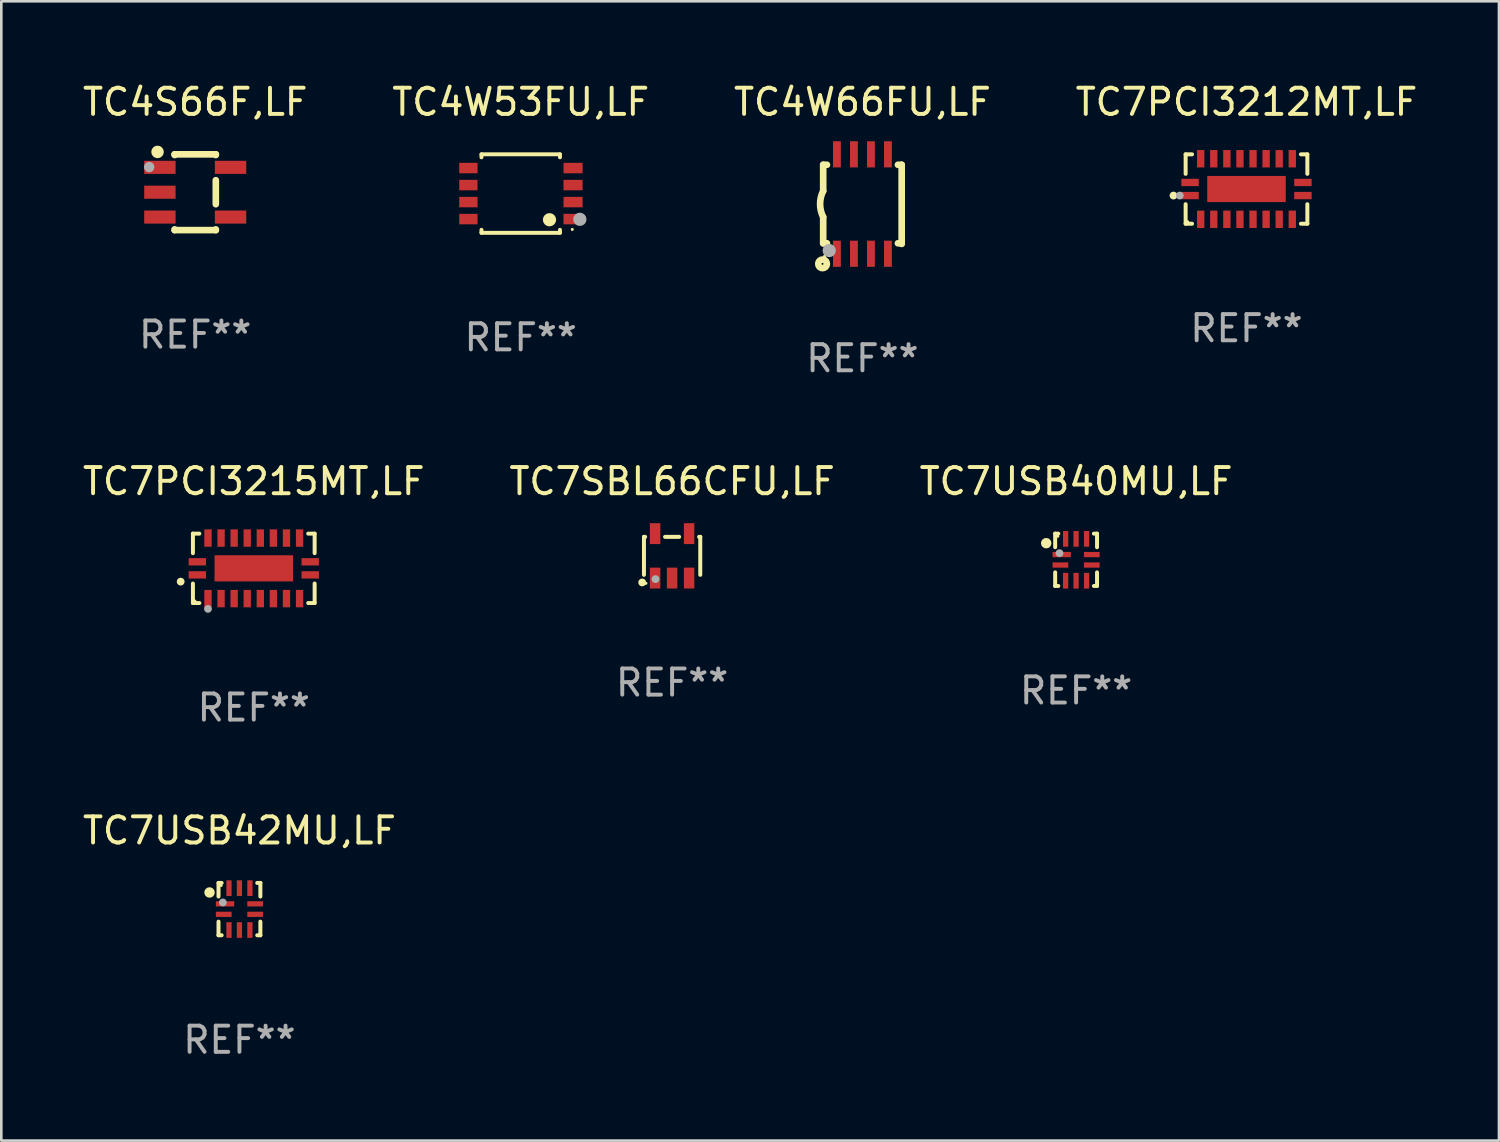
<source format=kicad_pcb>
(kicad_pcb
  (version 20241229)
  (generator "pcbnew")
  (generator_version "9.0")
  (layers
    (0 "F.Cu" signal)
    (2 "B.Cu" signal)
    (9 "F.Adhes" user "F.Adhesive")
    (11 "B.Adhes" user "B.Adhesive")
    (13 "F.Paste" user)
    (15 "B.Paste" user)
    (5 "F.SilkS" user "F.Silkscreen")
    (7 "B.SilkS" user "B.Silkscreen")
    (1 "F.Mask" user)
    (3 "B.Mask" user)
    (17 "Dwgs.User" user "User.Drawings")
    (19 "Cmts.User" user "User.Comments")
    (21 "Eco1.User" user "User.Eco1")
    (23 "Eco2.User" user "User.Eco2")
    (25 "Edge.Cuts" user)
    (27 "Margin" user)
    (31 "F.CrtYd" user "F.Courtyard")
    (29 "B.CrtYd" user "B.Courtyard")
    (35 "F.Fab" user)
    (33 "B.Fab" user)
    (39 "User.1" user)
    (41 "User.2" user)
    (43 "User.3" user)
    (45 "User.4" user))
  (footprint "TC7USB40MU,LF"
    (layer "F.Cu")
    (at 38.077 18.345)
    (property "Reference" "TC7USB40MU,LF" (at 0 -3 0) (layer "F.SilkS") (effects (font (size 1 1) (thickness 0.15))))
    (attr through_hole)
    (fp_line (start -0.8 -1) (end -0.68 -1) (stroke (width 0.152) (type solid)) (layer "F.SilkS"))
    (fp_line (start -0.8 -0.48) (end -0.8 -1) (stroke (width 0.152) (type solid)) (layer "F.SilkS"))
    (fp_line (start -0.8 1) (end -0.8 0.48) (stroke (width 0.152) (type solid)) (layer "F.SilkS"))
    (fp_line (start -0.68 1) (end -0.8 1) (stroke (width 0.152) (type solid)) (layer "F.SilkS"))
    (fp_line (start 0.68 -1) (end 0.8 -1) (stroke (width 0.152) (type solid)) (layer "F.SilkS"))
    (fp_line (start 0.8 -1) (end 0.8 -0.48) (stroke (width 0.152) (type solid)) (layer "F.SilkS"))
    (fp_line (start 0.8 0.48) (end 0.8 1) (stroke (width 0.152) (type solid)) (layer "F.SilkS"))
    (fp_line (start 0.8 1) (end 0.68 1) (stroke (width 0.152) (type solid)) (layer "F.SilkS"))
    (fp_circle (center -1.143 -0.635) (end -1.043 -0.635) (stroke (width 0.2) (type solid)) (fill no) (layer "F.SilkS"))
    (fp_circle (center -0.7 -0.9) (end -0.67 -0.9) (stroke (width 0.06) (type solid)) (fill no) (layer "F.SilkS"))
    (fp_circle (center -0.635 -0.254) (end -0.56 -0.254) (stroke (width 0.15) (type solid)) (fill no) (layer "F.Fab"))
    (fp_text user "REF**" (at 0 5 0) (layer "F.Fab") (effects (font (size 1 1) (thickness 0.15))))
    (pad "1" smd rect (at -0.55 -0.2) (size 0.7 0.2) (layers "F.Cu" "F.Mask" "F.Paste"))
    (pad "2" smd rect (at -0.6 0.2) (size 0.6 0.2) (layers "F.Cu" "F.Mask" "F.Paste"))
    (pad "3" smd rect (at -0.4 0.8) (size 0.2 0.6) (layers "F.Cu" "F.Mask" "F.Paste"))
    (pad "4" smd rect (at 0 0.8) (size 0.2 0.6) (layers "F.Cu" "F.Mask" "F.Paste"))
    (pad "5" smd rect (at 0.4 0.8) (size 0.2 0.6) (layers "F.Cu" "F.Mask" "F.Paste"))
    (pad "6" smd rect (at 0.6 0.2) (size 0.6 0.2) (layers "F.Cu" "F.Mask" "F.Paste"))
    (pad "7" smd rect (at 0.6 -0.2) (size 0.6 0.2) (layers "F.Cu" "F.Mask" "F.Paste"))
    (pad "8" smd rect (at 0.4 -0.8) (size 0.2 0.6) (layers "F.Cu" "F.Mask" "F.Paste"))
    (pad "9" smd rect (at 0 -0.8) (size 0.2 0.6) (layers "F.Cu" "F.Mask" "F.Paste"))
    (pad "10" smd rect (at -0.4 -0.8) (size 0.2 0.6) (layers "F.Cu" "F.Mask" "F.Paste")))
  (footprint "TC7SBL66CFU,LF"
    (layer "F.Cu")
    (at 22.637 18.194)
    (property "Reference" "TC7SBL66CFU,LF" (at 0 -2.849 0) (layer "F.SilkS") (effects (font (size 1 1) (thickness 0.15))))
    (attr through_hole)
    (fp_line (start -1.076 -0.726) (end -1.03 -0.726) (stroke (width 0.152) (type solid)) (layer "F.SilkS"))
    (fp_line (start -1.076 0.726) (end -1.076 -0.726) (stroke (width 0.152) (type solid)) (layer "F.SilkS"))
    (fp_line (start -0.27 -0.726) (end 0.27 -0.726) (stroke (width 0.152) (type solid)) (layer "F.SilkS"))
    (fp_line (start 1.03 -0.726) (end 1.076 -0.726) (stroke (width 0.152) (type solid)) (layer "F.SilkS"))
    (fp_line (start 1.076 0.726) (end 1.076 -0.726) (stroke (width 0.152) (type solid)) (layer "F.SilkS"))
    (fp_circle (center -1.143 1.016) (end -1.068 1.016) (stroke (width 0.15) (type solid)) (fill no) (layer "F.SilkS"))
    (fp_circle (center -1 1.05) (end -0.97 1.05) (stroke (width 0.06) (type solid)) (fill no) (layer "F.SilkS"))
    (fp_circle (center -0.635 0.889) (end -0.56 0.889) (stroke (width 0.15) (type solid)) (fill no) (layer "F.Fab"))
    (fp_text user "REF**" (at 0 4.849 0) (layer "F.Fab") (effects (font (size 1 1) (thickness 0.15))))
    (pad "1" smd rect (at -0.65 0.849) (size 0.4 0.798) (layers "F.Cu" "F.Mask" "F.Paste"))
    (pad "2" smd rect (at 0 0.849) (size 0.4 0.798) (layers "F.Cu" "F.Mask" "F.Paste"))
    (pad "3" smd rect (at 0.65 0.849) (size 0.4 0.798) (layers "F.Cu" "F.Mask" "F.Paste"))
    (pad "4" smd rect (at 0.65 -0.849) (size 0.4 0.798) (layers "F.Cu" "F.Mask" "F.Paste"))
    (pad "5" smd rect (at -0.65 -0.849) (size 0.4 0.798) (layers "F.Cu" "F.Mask" "F.Paste")))
  (footprint "TC7PCI3212MT,LF"
    (layer "F.Cu")
    (at 44.589 4.174)
    (property "Reference" "TC7PCI3212MT,LF" (at 0 -3.326 0) (layer "F.SilkS") (effects (font (size 1 1) (thickness 0.15))))
    (attr through_hole)
    (fp_line (start -2.326 -1.326) (end -2.08 -1.326) (stroke (width 0.152) (type solid)) (layer "F.SilkS"))
    (fp_line (start -2.326 -0.58) (end -2.326 -1.326) (stroke (width 0.152) (type solid)) (layer "F.SilkS"))
    (fp_line (start -2.326 0.58) (end -2.326 1.326) (stroke (width 0.152) (type solid)) (layer "F.SilkS"))
    (fp_line (start -2.326 1.326) (end -2.08 1.326) (stroke (width 0.152) (type solid)) (layer "F.SilkS"))
    (fp_line (start 2.326 -1.326) (end 2.08 -1.326) (stroke (width 0.152) (type solid)) (layer "F.SilkS"))
    (fp_line (start 2.326 -0.58) (end 2.326 -1.326) (stroke (width 0.152) (type solid)) (layer "F.SilkS"))
    (fp_line (start 2.326 0.58) (end 2.326 1.326) (stroke (width 0.152) (type solid)) (layer "F.SilkS"))
    (fp_line (start 2.326 1.326) (end 2.08 1.326) (stroke (width 0.152) (type solid)) (layer "F.SilkS"))
    (fp_circle (center -2.79 0.25) (end -2.715 0.25) (stroke (width 0.15) (type solid)) (fill no) (layer "F.SilkS"))
    (fp_circle (center -2.25 1.25) (end -2.22 1.25) (stroke (width 0.06) (type solid)) (fill no) (layer "F.SilkS"))
    (fp_circle (center -2.55 0.25) (end -2.475 0.25) (stroke (width 0.15) (type solid)) (fill no) (layer "F.Fab"))
    (fp_text user "REF**" (at 0 5.326 0) (layer "F.Fab") (effects (font (size 1 1) (thickness 0.15))))
    (pad "1" smd rect (at -2.157 0.25) (size 0.665 0.28) (layers "F.Cu" "F.Mask" "F.Paste"))
    (pad "2" smd rect (at -1.75 1.157) (size 0.28 0.665) (layers "F.Cu" "F.Mask" "F.Paste"))
    (pad "3" smd rect (at -1.25 1.157) (size 0.28 0.665) (layers "F.Cu" "F.Mask" "F.Paste"))
    (pad "4" smd rect (at -0.75 1.157) (size 0.28 0.665) (layers "F.Cu" "F.Mask" "F.Paste"))
    (pad "5" smd rect (at -0.25 1.157) (size 0.28 0.665) (layers "F.Cu" "F.Mask" "F.Paste"))
    (pad "6" smd rect (at 0.25 1.157) (size 0.28 0.665) (layers "F.Cu" "F.Mask" "F.Paste"))
    (pad "7" smd rect (at 0.75 1.157) (size 0.28 0.665) (layers "F.Cu" "F.Mask" "F.Paste"))
    (pad "8" smd rect (at 1.25 1.157) (size 0.28 0.665) (layers "F.Cu" "F.Mask" "F.Paste"))
    (pad "9" smd rect (at 1.75 1.157) (size 0.28 0.665) (layers "F.Cu" "F.Mask" "F.Paste"))
    (pad "10" smd rect (at 2.157 0.25) (size 0.665 0.28) (layers "F.Cu" "F.Mask" "F.Paste"))
    (pad "11" smd rect (at 2.157 -0.25) (size 0.665 0.28) (layers "F.Cu" "F.Mask" "F.Paste"))
    (pad "12" smd rect (at 1.75 -1.157) (size 0.28 0.665) (layers "F.Cu" "F.Mask" "F.Paste"))
    (pad "13" smd rect (at 1.25 -1.157) (size 0.28 0.665) (layers "F.Cu" "F.Mask" "F.Paste"))
    (pad "14" smd rect (at 0.75 -1.157) (size 0.28 0.665) (layers "F.Cu" "F.Mask" "F.Paste"))
    (pad "15" smd rect (at 0.25 -1.157) (size 0.28 0.665) (layers "F.Cu" "F.Mask" "F.Paste"))
    (pad "16" smd rect (at -0.25 -1.157) (size 0.28 0.665) (layers "F.Cu" "F.Mask" "F.Paste"))
    (pad "17" smd rect (at -0.75 -1.157) (size 0.28 0.665) (layers "F.Cu" "F.Mask" "F.Paste"))
    (pad "18" smd rect (at -1.25 -1.157) (size 0.28 0.665) (layers "F.Cu" "F.Mask" "F.Paste"))
    (pad "19" smd rect (at -1.75 -1.157) (size 0.28 0.665) (layers "F.Cu" "F.Mask" "F.Paste"))
    (pad "20" smd rect (at -2.157 -0.25) (size 0.665 0.28) (layers "F.Cu" "F.Mask" "F.Paste"))
    (pad "21" smd rect (at 0 0) (size 3 1) (layers "F.Cu" "F.Mask" "F.Paste")))
  (footprint "TC7USB42MU,LF"
    (layer "F.Cu")
    (at 6.101 31.694)
    (property "Reference" "TC7USB42MU,LF" (at 0 -3 0) (layer "F.SilkS") (effects (font (size 1 1) (thickness 0.15))))
    (attr through_hole)
    (fp_line (start -0.8 -1) (end -0.68 -1) (stroke (width 0.152) (type solid)) (layer "F.SilkS"))
    (fp_line (start -0.8 -0.48) (end -0.8 -1) (stroke (width 0.152) (type solid)) (layer "F.SilkS"))
    (fp_line (start -0.8 1) (end -0.8 0.48) (stroke (width 0.152) (type solid)) (layer "F.SilkS"))
    (fp_line (start -0.68 1) (end -0.8 1) (stroke (width 0.152) (type solid)) (layer "F.SilkS"))
    (fp_line (start 0.68 -1) (end 0.8 -1) (stroke (width 0.152) (type solid)) (layer "F.SilkS"))
    (fp_line (start 0.8 -1) (end 0.8 -0.48) (stroke (width 0.152) (type solid)) (layer "F.SilkS"))
    (fp_line (start 0.8 0.48) (end 0.8 1) (stroke (width 0.152) (type solid)) (layer "F.SilkS"))
    (fp_line (start 0.8 1) (end 0.68 1) (stroke (width 0.152) (type solid)) (layer "F.SilkS"))
    (fp_circle (center -1.143 -0.635) (end -1.043 -0.635) (stroke (width 0.2) (type solid)) (fill no) (layer "F.SilkS"))
    (fp_circle (center -0.7 -0.9) (end -0.67 -0.9) (stroke (width 0.06) (type solid)) (fill no) (layer "F.SilkS"))
    (fp_circle (center -0.635 -0.254) (end -0.56 -0.254) (stroke (width 0.15) (type solid)) (fill no) (layer "F.Fab"))
    (fp_text user "REF**" (at 0 5 0) (layer "F.Fab") (effects (font (size 1 1) (thickness 0.15))))
    (pad "1" smd rect (at -0.55 -0.2) (size 0.7 0.2) (layers "F.Cu" "F.Mask" "F.Paste"))
    (pad "2" smd rect (at -0.6 0.2) (size 0.6 0.2) (layers "F.Cu" "F.Mask" "F.Paste"))
    (pad "3" smd rect (at -0.4 0.8) (size 0.2 0.6) (layers "F.Cu" "F.Mask" "F.Paste"))
    (pad "4" smd rect (at 0 0.8) (size 0.2 0.6) (layers "F.Cu" "F.Mask" "F.Paste"))
    (pad "5" smd rect (at 0.4 0.8) (size 0.2 0.6) (layers "F.Cu" "F.Mask" "F.Paste"))
    (pad "6" smd rect (at 0.6 0.2) (size 0.6 0.2) (layers "F.Cu" "F.Mask" "F.Paste"))
    (pad "7" smd rect (at 0.6 -0.2) (size 0.6 0.2) (layers "F.Cu" "F.Mask" "F.Paste"))
    (pad "8" smd rect (at 0.4 -0.8) (size 0.2 0.6) (layers "F.Cu" "F.Mask" "F.Paste"))
    (pad "9" smd rect (at 0 -0.8) (size 0.2 0.6) (layers "F.Cu" "F.Mask" "F.Paste"))
    (pad "10" smd rect (at -0.4 -0.8) (size 0.2 0.6) (layers "F.Cu" "F.Mask" "F.Paste")))
  (footprint "TC4W66FU,LF"
    (layer "F.Cu")
    (at 29.911 4.748)
    (property "Reference" "TC4W66FU,LF" (at 0 -3.9 0) (layer "F.SilkS") (effects (font (size 1 1) (thickness 0.15))))
    (attr through_hole)
    (fp_line (start -1.5 -1.5) (end -1.5 -0.5) (stroke (width 0.254) (type solid)) (layer "F.SilkS"))
    (fp_line (start -1.5 -1.5) (end -1.356 -1.5) (stroke (width 0.254) (type solid)) (layer "F.SilkS"))
    (fp_line (start -1.5 1.5) (end -1.5 0.5) (stroke (width 0.254) (type solid)) (layer "F.SilkS"))
    (fp_line (start -1.5 1.5) (end -1.356 1.5) (stroke (width 0.254) (type solid)) (layer "F.SilkS"))
    (fp_line (start 1.356 -1.5) (end 1.5 -1.5) (stroke (width 0.254) (type solid)) (layer "F.SilkS"))
    (fp_line (start 1.356 1.5) (end 1.5 1.5) (stroke (width 0.254) (type solid)) (layer "F.SilkS"))
    (fp_line (start 1.5 -1.5) (end 1.5 1.524) (stroke (width 0.254) (type solid)) (layer "F.SilkS"))
    (fp_arc (start -1.500203 0.499111) (mid -1.618067 -0.000494) (end -1.5 -0.500051) (stroke (width 0.254001) (type solid)) (layer "F.SilkS"))
    (fp_circle (center -1.524 2.286) (end -1.488 2.286) (stroke (width 0.254) (type solid)) (fill no) (layer "F.SilkS"))
    (fp_circle (center -1.45 2) (end -1.42 2) (stroke (width 0.06) (type solid)) (fill no) (layer "F.SilkS"))
    (fp_circle (center -1.27 1.778) (end -1.143 1.778) (stroke (width 0.254) (type solid)) (fill no) (layer "F.Fab"))
    (fp_text user "REF**" (at 0 5.9 0) (layer "F.Fab") (effects (font (size 1 1) (thickness 0.15))))
    (pad "1" smd rect (at -0.975 1.9) (size 0.3 1) (layers "F.Cu" "F.Mask" "F.Paste"))
    (pad "2" smd rect (at -0.325 1.9) (size 0.3 1) (layers "F.Cu" "F.Mask" "F.Paste"))
    (pad "3" smd rect (at 0.325 1.9) (size 0.3 1) (layers "F.Cu" "F.Mask" "F.Paste"))
    (pad "4" smd rect (at 0.975 1.9) (size 0.3 1) (layers "F.Cu" "F.Mask" "F.Paste"))
    (pad "5" smd rect (at 0.975 -1.9) (size 0.3 1) (layers "F.Cu" "F.Mask" "F.Paste"))
    (pad "6" smd rect (at 0.325 -1.9) (size 0.3 1) (layers "F.Cu" "F.Mask" "F.Paste"))
    (pad "7" smd rect (at -0.325 -1.9) (size 0.3 1) (layers "F.Cu" "F.Mask" "F.Paste"))
    (pad "8" smd rect (at -0.975 -1.9) (size 0.3 1) (layers "F.Cu" "F.Mask" "F.Paste")))
  (footprint "TC7PCI3215MT,LF"
    (layer "F.Cu")
    (at 6.649 18.671)
    (property "Reference" "TC7PCI3215MT,LF" (at 0 -3.326 0) (layer "F.SilkS") (effects (font (size 1 1) (thickness 0.15))))
    (attr through_hole)
    (fp_line (start -2.326 -1.326) (end -2.08 -1.326) (stroke (width 0.152) (type solid)) (layer "F.SilkS"))
    (fp_line (start -2.326 -0.58) (end -2.326 -1.326) (stroke (width 0.152) (type solid)) (layer "F.SilkS"))
    (fp_line (start -2.326 0.58) (end -2.326 1.326) (stroke (width 0.152) (type solid)) (layer "F.SilkS"))
    (fp_line (start -2.326 1.326) (end -2.08 1.326) (stroke (width 0.152) (type solid)) (layer "F.SilkS"))
    (fp_line (start 2.326 -1.326) (end 2.08 -1.326) (stroke (width 0.152) (type solid)) (layer "F.SilkS"))
    (fp_line (start 2.326 -0.58) (end 2.326 -1.326) (stroke (width 0.152) (type solid)) (layer "F.SilkS"))
    (fp_line (start 2.326 0.58) (end 2.326 1.326) (stroke (width 0.152) (type solid)) (layer "F.SilkS"))
    (fp_line (start 2.326 1.326) (end 2.08 1.326) (stroke (width 0.152) (type solid)) (layer "F.SilkS"))
    (fp_circle (center -2.794 0.508) (end -2.719 0.508) (stroke (width 0.15) (type solid)) (fill no) (layer "F.SilkS"))
    (fp_circle (center -2.25 1.25) (end -2.22 1.25) (stroke (width 0.06) (type solid)) (fill no) (layer "F.SilkS"))
    (fp_circle (center -1.75 1.55) (end -1.675 1.55) (stroke (width 0.15) (type solid)) (fill no) (layer "F.Fab"))
    (fp_text user "REF**" (at 0 5.326 0) (layer "F.Fab") (effects (font (size 1 1) (thickness 0.15))))
    (pad "1" smd rect (at -2.157 0.25) (size 0.665 0.28) (layers "F.Cu" "F.Mask" "F.Paste"))
    (pad "2" smd rect (at -1.75 1.157) (size 0.28 0.665) (layers "F.Cu" "F.Mask" "F.Paste"))
    (pad "3" smd rect (at -1.25 1.157) (size 0.28 0.665) (layers "F.Cu" "F.Mask" "F.Paste"))
    (pad "4" smd rect (at -0.75 1.157) (size 0.28 0.665) (layers "F.Cu" "F.Mask" "F.Paste"))
    (pad "5" smd rect (at -0.25 1.157) (size 0.28 0.665) (layers "F.Cu" "F.Mask" "F.Paste"))
    (pad "6" smd rect (at 0.25 1.157) (size 0.28 0.665) (layers "F.Cu" "F.Mask" "F.Paste"))
    (pad "7" smd rect (at 0.75 1.157) (size 0.28 0.665) (layers "F.Cu" "F.Mask" "F.Paste"))
    (pad "8" smd rect (at 1.25 1.157) (size 0.28 0.665) (layers "F.Cu" "F.Mask" "F.Paste"))
    (pad "9" smd rect (at 1.75 1.157) (size 0.28 0.665) (layers "F.Cu" "F.Mask" "F.Paste"))
    (pad "10" smd rect (at 2.157 0.25) (size 0.665 0.28) (layers "F.Cu" "F.Mask" "F.Paste"))
    (pad "11" smd rect (at 2.157 -0.25) (size 0.665 0.28) (layers "F.Cu" "F.Mask" "F.Paste"))
    (pad "12" smd rect (at 1.75 -1.157) (size 0.28 0.665) (layers "F.Cu" "F.Mask" "F.Paste"))
    (pad "13" smd rect (at 1.25 -1.157) (size 0.28 0.665) (layers "F.Cu" "F.Mask" "F.Paste"))
    (pad "14" smd rect (at 0.75 -1.157) (size 0.28 0.665) (layers "F.Cu" "F.Mask" "F.Paste"))
    (pad "15" smd rect (at 0.25 -1.157) (size 0.28 0.665) (layers "F.Cu" "F.Mask" "F.Paste"))
    (pad "16" smd rect (at -0.25 -1.157) (size 0.28 0.665) (layers "F.Cu" "F.Mask" "F.Paste"))
    (pad "17" smd rect (at -0.75 -1.157) (size 0.28 0.665) (layers "F.Cu" "F.Mask" "F.Paste"))
    (pad "18" smd rect (at -1.25 -1.157) (size 0.28 0.665) (layers "F.Cu" "F.Mask" "F.Paste"))
    (pad "19" smd rect (at -1.75 -1.157) (size 0.28 0.665) (layers "F.Cu" "F.Mask" "F.Paste"))
    (pad "20" smd rect (at -2.157 -0.25) (size 0.665 0.28) (layers "F.Cu" "F.Mask" "F.Paste"))
    (pad "21" smd rect (at 0 0) (size 3 1) (layers "F.Cu" "F.Mask" "F.Paste")))
  (footprint "TC4W53FU,LF"
    (layer "F.Cu")
    (at 16.851 4.348)
    (property "Reference" "TC4W53FU,LF" (at 0 -3.5 0) (layer "F.SilkS") (effects (font (size 1 1) (thickness 0.15))))
    (attr through_hole)
    (fp_line (start -1.5 -1.5) (end 1.5 -1.5) (stroke (width 0.15) (type solid)) (layer "F.SilkS"))
    (fp_line (start -1.5 -1.385) (end -1.5 -1.5) (stroke (width 0.15) (type solid)) (layer "F.SilkS"))
    (fp_line (start -1.5 1.5) (end -1.5 1.385) (stroke (width 0.15) (type solid)) (layer "F.SilkS"))
    (fp_line (start 1.5 -1.5) (end 1.5 -1.385) (stroke (width 0.15) (type solid)) (layer "F.SilkS"))
    (fp_line (start 1.5 1.385) (end 1.5 1.5) (stroke (width 0.15) (type solid)) (layer "F.SilkS"))
    (fp_line (start 1.5 1.5) (end -1.5 1.5) (stroke (width 0.15) (type solid)) (layer "F.SilkS"))
    (fp_circle (center 1.1 1) (end 1.227 1) (stroke (width 0.254) (type solid)) (fill no) (layer "F.SilkS"))
    (fp_circle (center 1.97 1.37) (end 2 1.37) (stroke (width 0.06) (type solid)) (fill no) (layer "F.SilkS"))
    (fp_circle (center 2.26 0.984) (end 2.387 0.984) (stroke (width 0.254) (type solid)) (fill no) (layer "F.Fab"))
    (fp_text user "REF**" (at 0 5.5 0) (layer "F.Fab") (effects (font (size 1 1) (thickness 0.15))))
    (pad "1" smd rect (at 2 0.975) (size 0.73 0.4) (layers "F.Cu" "F.Mask" "F.Paste"))
    (pad "2" smd rect (at 2 0.325) (size 0.73 0.4) (layers "F.Cu" "F.Mask" "F.Paste"))
    (pad "3" smd rect (at 2 -0.325) (size 0.73 0.4) (layers "F.Cu" "F.Mask" "F.Paste"))
    (pad "4" smd rect (at 2 -0.975) (size 0.73 0.4) (layers "F.Cu" "F.Mask" "F.Paste"))
    (pad "5" smd rect (at -2 -0.975) (size 0.7 0.4) (layers "F.Cu" "F.Mask" "F.Paste"))
    (pad "6" smd rect (at -2 -0.325) (size 0.7 0.4) (layers "F.Cu" "F.Mask" "F.Paste"))
    (pad "7" smd rect (at -2 0.325) (size 0.7 0.4) (layers "F.Cu" "F.Mask" "F.Paste"))
    (pad "8" smd rect (at -2 0.975) (size 0.7 0.4) (layers "F.Cu" "F.Mask" "F.Paste")))
  (footprint "TC4S66F,LF"
    (layer "F.Cu")
    (at 4.411 4.296)
    (property "Reference" "TC4S66F,LF" (at 0 -3.448 0) (layer "F.SilkS") (effects (font (size 1 1) (thickness 0.15))))
    (attr through_hole)
    (fp_line (start -0.787 -1.448) (end -0.787 -1.421) (stroke (width 0.254) (type solid)) (layer "F.SilkS"))
    (fp_line (start -0.787 -1.448) (end 0.787 -1.448) (stroke (width 0.254) (type solid)) (layer "F.SilkS"))
    (fp_line (start -0.787 1.421) (end -0.787 1.448) (stroke (width 0.254) (type solid)) (layer "F.SilkS"))
    (fp_line (start 0.787 -1.448) (end 0.787 -1.421) (stroke (width 0.254) (type solid)) (layer "F.SilkS"))
    (fp_line (start 0.787 -0.459) (end 0.787 0.459) (stroke (width 0.254) (type solid)) (layer "F.SilkS"))
    (fp_line (start 0.787 1.421) (end 0.787 1.448) (stroke (width 0.254) (type solid)) (layer "F.SilkS"))
    (fp_line (start 0.787 1.448) (end -0.787 1.448) (stroke (width 0.254) (type solid)) (layer "F.SilkS"))
    (fp_circle (center -1.55 -1.45) (end -1.52 -1.45) (stroke (width 0.06) (type solid)) (fill no) (layer "F.SilkS"))
    (fp_circle (center -1.44 -1.54) (end -1.32 -1.54) (stroke (width 0.24) (type solid)) (fill no) (layer "F.SilkS"))
    (fp_circle (center -1.76 -0.96) (end -1.66 -0.96) (stroke (width 0.2) (type solid)) (fill no) (layer "F.Fab"))
    (fp_text user "REF**" (at 0 5.448 0) (layer "F.Fab") (effects (font (size 1 1) (thickness 0.15))))
    (pad "1" smd rect (at -1.35 -0.95 90) (size 0.5 1.2) (layers "F.Cu" "F.Mask" "F.Paste"))
    (pad "2" smd rect (at -1.35 0 90) (size 0.5 1.2) (layers "F.Cu" "F.Mask" "F.Paste"))
    (pad "3" smd rect (at -1.35 0.95 270) (size 0.5 1.2) (layers "F.Cu" "F.Mask" "F.Paste"))
    (pad "4" smd rect (at 1.35 0.95 90) (size 0.5 1.2) (layers "F.Cu" "F.Mask" "F.Paste"))
    (pad "5" smd rect (at 1.35 -0.95 270) (size 0.5 1.2) (layers "F.Cu" "F.Mask" "F.Paste")))
  (gr_rect
    (start -3 -3)
    (end 54.238 40.542)
    (stroke (width 0.1) (type default))
    (fill no)
    (layer "Edge.Cuts")))
</source>
